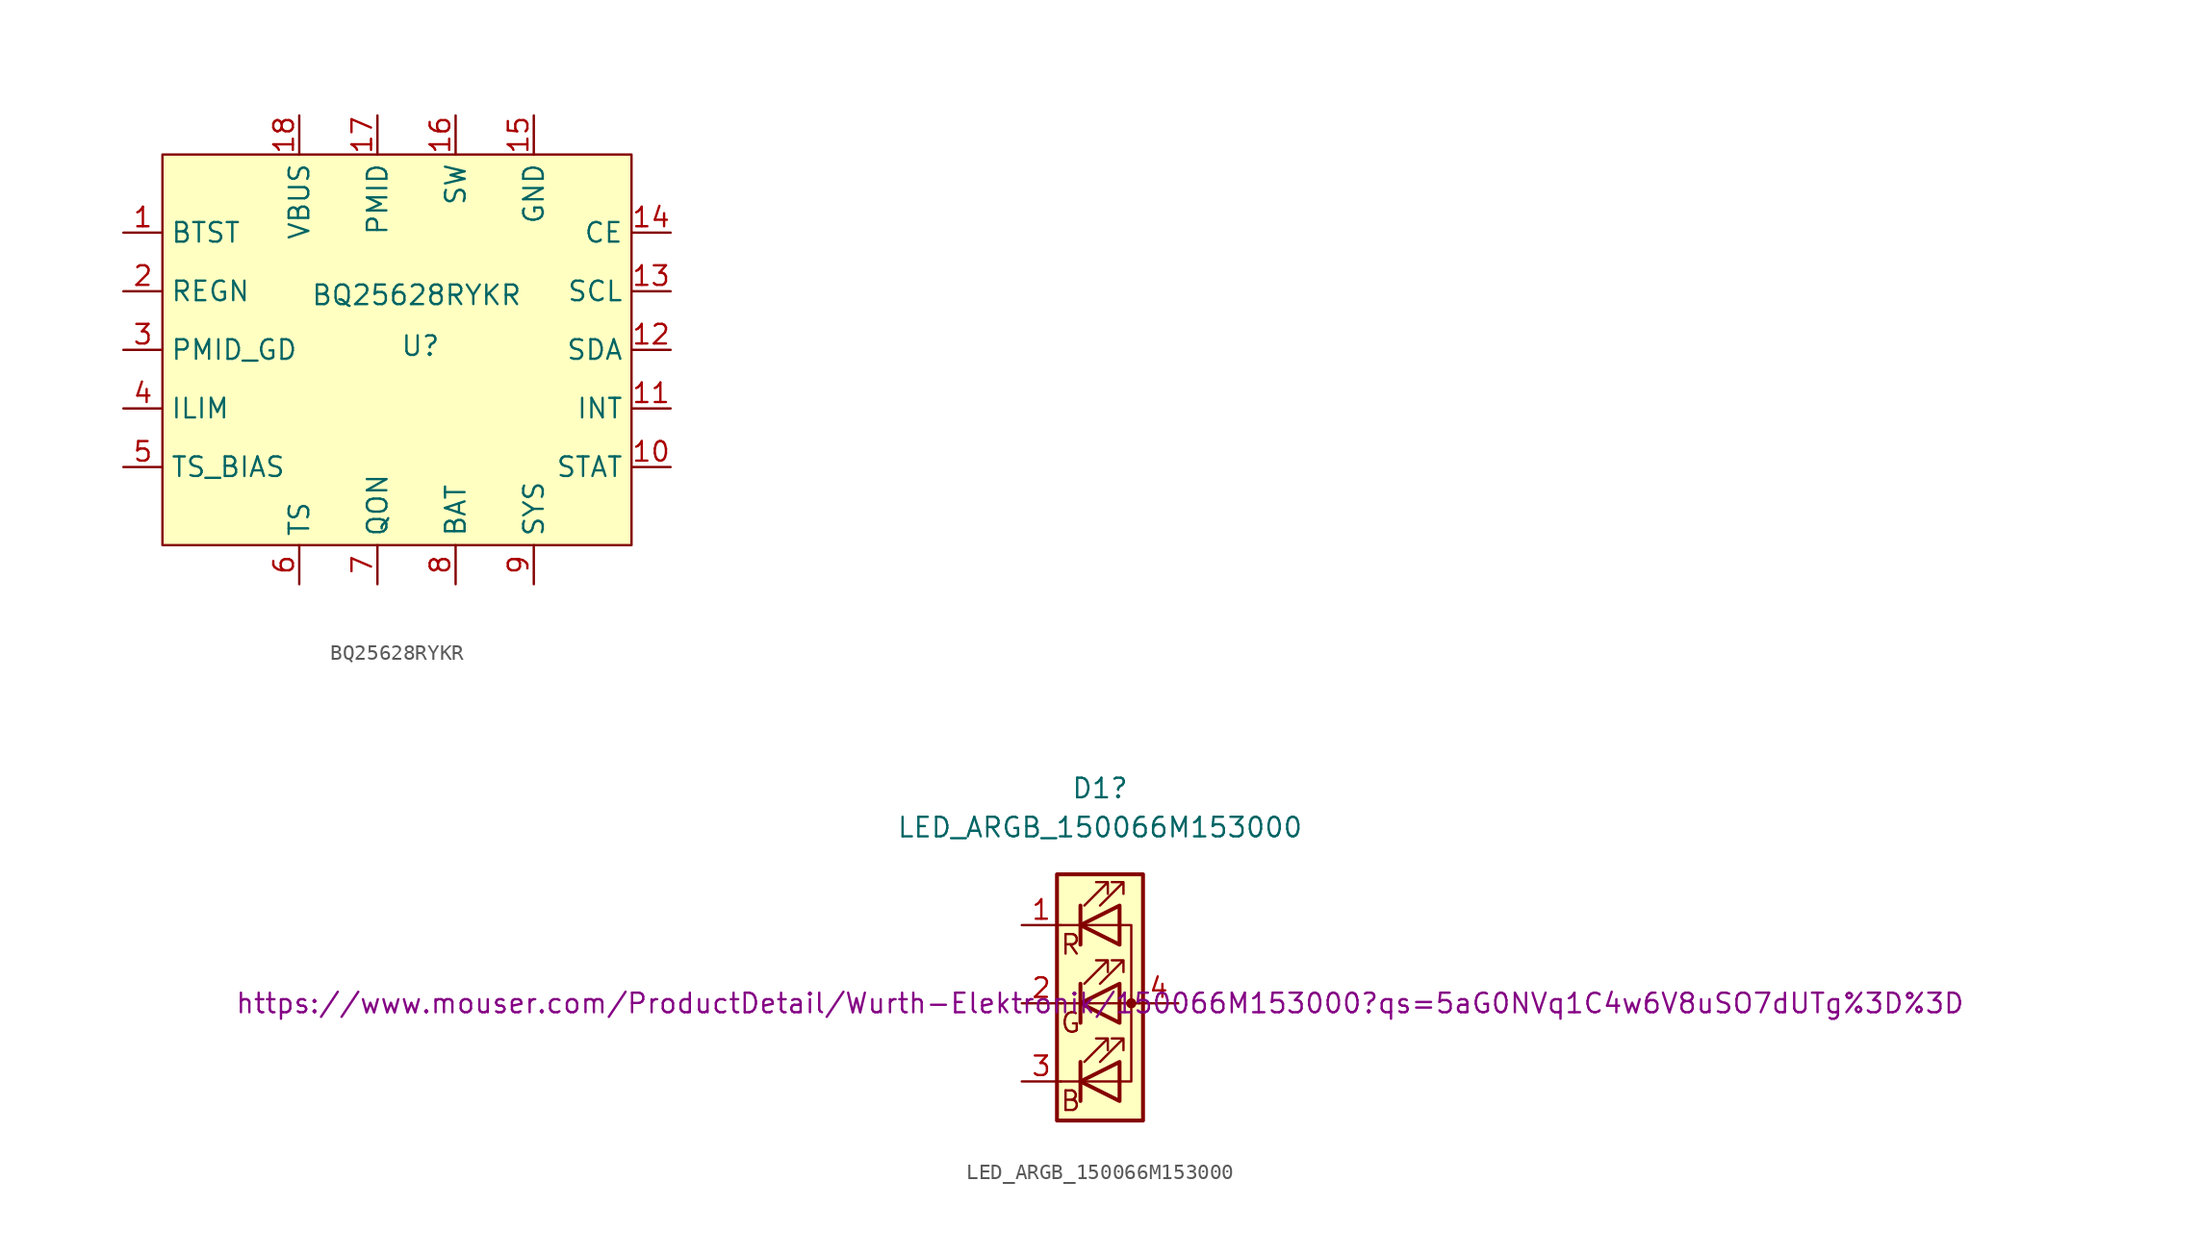
<source format=kicad_sym>
(kicad_symbol_lib
  (version 20231120)
  (generator "kicad_symbol_editor")
  (generator_version "8.0")
  (symbol "BQ25628RYKR"
    (property "Reference" "U"
      (at 16.764 -12.446 0)
      (effects (font (size 1.27 1.27))))
    (property "Value" "BQ25628RYKR"
      (at 16.51 -9.144 0)
      (effects (font (size 1.27 1.27))))
    (symbol "BQ25628RYKR_1_1"
      (rectangle (start 0 0) (end 30.48 -25.4) (stroke (width 0) (type default)) (fill (type background)))
      (pin passive line (at -2.54 -5.08 0) (length 2.54) (name "BTST" (effects (font (size 1.27 1.27)))) (number "1" (effects (font (size 1.27 1.27)))))
      (pin passive line (at 33.02 -20.32 180) (length 2.54) (name "STAT" (effects (font (size 1.27 1.27)))) (number "10" (effects (font (size 1.27 1.27)))))
      (pin passive line (at 33.02 -16.51 180) (length 2.54) (name "INT" (effects (font (size 1.27 1.27)))) (number "11" (effects (font (size 1.27 1.27)))))
      (pin passive line (at 33.02 -12.7 180) (length 2.54) (name "SDA" (effects (font (size 1.27 1.27)))) (number "12" (effects (font (size 1.27 1.27)))))
      (pin passive line (at 33.02 -8.89 180) (length 2.54) (name "SCL" (effects (font (size 1.27 1.27)))) (number "13" (effects (font (size 1.27 1.27)))))
      (pin passive line (at 33.02 -5.08 180) (length 2.54) (name "CE" (effects (font (size 1.27 1.27)))) (number "14" (effects (font (size 1.27 1.27)))))
      (pin passive line (at 24.13 2.54 270) (length 2.54) (name "GND" (effects (font (size 1.27 1.27)))) (number "15" (effects (font (size 1.27 1.27)))))
      (pin passive line (at 19.05 2.54 270) (length 2.54) (name "SW" (effects (font (size 1.27 1.27)))) (number "16" (effects (font (size 1.27 1.27)))))
      (pin passive line (at 13.97 2.54 270) (length 2.54) (name "PMID" (effects (font (size 1.27 1.27)))) (number "17" (effects (font (size 1.27 1.27)))))
      (pin passive line (at 8.89 2.54 270) (length 2.54) (name "VBUS" (effects (font (size 1.27 1.27)))) (number "18" (effects (font (size 1.27 1.27)))))
      (pin passive line (at -2.54 -8.89 0) (length 2.54) (name "REGN" (effects (font (size 1.27 1.27)))) (number "2" (effects (font (size 1.27 1.27)))))
      (pin passive line (at -2.54 -12.7 0) (length 2.54) (name "PMID_GD" (effects (font (size 1.27 1.27)))) (number "3" (effects (font (size 1.27 1.27)))))
      (pin passive line (at -2.54 -16.51 0) (length 2.54) (name "ILIM" (effects (font (size 1.27 1.27)))) (number "4" (effects (font (size 1.27 1.27)))))
      (pin passive line (at -2.54 -20.32 0) (length 2.54) (name "TS_BIAS" (effects (font (size 1.27 1.27)))) (number "5" (effects (font (size 1.27 1.27)))))
      (pin passive line (at 8.89 -27.94 90) (length 2.54) (name "TS" (effects (font (size 1.27 1.27)))) (number "6" (effects (font (size 1.27 1.27)))))
      (pin passive line (at 13.97 -27.94 90) (length 2.54) (name "QON" (effects (font (size 1.27 1.27)))) (number "7" (effects (font (size 1.27 1.27)))))
      (pin passive line (at 19.05 -27.94 90) (length 2.54) (name "BAT" (effects (font (size 1.27 1.27)))) (number "8" (effects (font (size 1.27 1.27)))))
      (pin passive line (at 24.13 -27.94 90) (length 2.54) (name "SYS" (effects (font (size 1.27 1.27)))) (number "9" (effects (font (size 1.27 1.27)))))))
  (symbol "LED_ARGB_150066M153000"
    (pin_names
      (offset 0) hide)
    (property "Reference" "D1"
      (at 0 13.97 0)
      (effects (font (size 1.27 1.27))))
    (property "Value" "LED_ARGB_150066M153000"
      (at 0 11.43 0)
      (effects (font (size 1.27 1.27))))
    (property "mouser" "https://www.mouser.com/ProductDetail/Wurth-Elektronik/150066M153000?qs=5aG0NVq1C4w6V8uSO7dUTg%3D%3D"
      (at 0 0 0)
      (effects (font (size 1.27 1.27))))
    (symbol "LED_ARGB_150066M153000_0_0"
      (text "B" (at -1.905 -6.35 0) (effects (font (size 1.27 1.27))))
      (text "G" (at -1.905 -1.27 0) (effects (font (size 1.27 1.27))))
      (text "R" (at -1.905 3.81 0) (effects (font (size 1.27 1.27)))))
    (symbol "LED_ARGB_150066M153000_0_1"
      (rectangle (start -2.794 8.382) (end 2.794 -7.62) (stroke (width 0.254) (type default)) (fill (type background)))
      (polyline (pts (xy -1.27 -5.08) (xy -2.54 -5.08)) (stroke (width 0) (type default)) (fill (type none)))
      (polyline (pts (xy -1.27 -5.08) (xy 1.27 -5.08)) (stroke (width 0) (type default)) (fill (type none)))
      (polyline (pts (xy -1.27 -3.81) (xy -1.27 -6.35)) (stroke (width 0.254) (type default)) (fill (type none)))
      (polyline (pts (xy -1.27 0) (xy -2.54 0)) (stroke (width 0) (type default)) (fill (type none)))
      (polyline (pts (xy -1.27 1.27) (xy -1.27 -1.27)) (stroke (width 0.254) (type default)) (fill (type none)))
      (polyline (pts (xy -1.27 5.08) (xy -2.54 5.08)) (stroke (width 0) (type default)) (fill (type none)))
      (polyline (pts (xy -1.27 5.08) (xy 1.27 5.08)) (stroke (width 0) (type default)) (fill (type none)))
      (polyline (pts (xy -1.27 6.35) (xy -1.27 3.81)) (stroke (width 0.254) (type default)) (fill (type none)))
      (polyline (pts (xy 1.27 0) (xy -1.27 0)) (stroke (width 0) (type default)) (fill (type none)))
      (polyline (pts (xy 1.27 0) (xy 2.54 0)) (stroke (width 0) (type default)) (fill (type none)))
      (polyline (pts (xy -1.27 1.27) (xy -1.27 -1.27) (xy -1.27 -1.27)) (stroke (width 0) (type default)) (fill (type none)))
      (polyline (pts (xy -1.27 6.35) (xy -1.27 3.81) (xy -1.27 3.81)) (stroke (width 0) (type default)) (fill (type none)))
      (polyline (pts (xy 1.27 -5.08) (xy 2.032 -5.08) (xy 2.032 5.08) (xy 1.27 5.08)) (stroke (width 0) (type default)) (fill (type none)))
      (polyline (pts (xy 1.27 -3.81) (xy 1.27 -6.35) (xy -1.27 -5.08) (xy 1.27 -3.81)) (stroke (width 0.254) (type default)) (fill (type none)))
      (polyline (pts (xy 1.27 1.27) (xy 1.27 -1.27) (xy -1.27 0) (xy 1.27 1.27)) (stroke (width 0.254) (type default)) (fill (type none)))
      (polyline (pts (xy 1.27 6.35) (xy 1.27 3.81) (xy -1.27 5.08) (xy 1.27 6.35)) (stroke (width 0.254) (type default)) (fill (type none)))
      (polyline (pts (xy -1.016 -3.81) (xy 0.508 -2.286) (xy -0.254 -2.286) (xy 0.508 -2.286) (xy 0.508 -3.048)) (stroke (width 0) (type default)) (fill (type none)))
      (polyline (pts (xy -1.016 1.27) (xy 0.508 2.794) (xy -0.254 2.794) (xy 0.508 2.794) (xy 0.508 2.032)) (stroke (width 0) (type default)) (fill (type none)))
      (polyline (pts (xy -1.016 6.35) (xy 0.508 7.874) (xy -0.254 7.874) (xy 0.508 7.874) (xy 0.508 7.112)) (stroke (width 0) (type default)) (fill (type none)))
      (polyline (pts (xy 0 -3.81) (xy 1.524 -2.286) (xy 0.762 -2.286) (xy 1.524 -2.286) (xy 1.524 -3.048)) (stroke (width 0) (type default)) (fill (type none)))
      (polyline (pts (xy 0 1.27) (xy 1.524 2.794) (xy 0.762 2.794) (xy 1.524 2.794) (xy 1.524 2.032)) (stroke (width 0) (type default)) (fill (type none)))
      (polyline (pts (xy 0 6.35) (xy 1.524 7.874) (xy 0.762 7.874) (xy 1.524 7.874) (xy 1.524 7.112)) (stroke (width 0) (type default)) (fill (type none)))
      (rectangle (start 1.27 -1.27) (end 1.27 1.27) (stroke (width 0) (type default)) (fill (type none)))
      (rectangle (start 1.27 1.27) (end 1.27 1.27) (stroke (width 0) (type default)) (fill (type none)))
      (rectangle (start 1.27 3.81) (end 1.27 6.35) (stroke (width 0) (type default)) (fill (type none)))
      (rectangle (start 1.27 6.35) (end 1.27 6.35) (stroke (width 0) (type default)) (fill (type none)))
      (circle (center 2.032 0) (radius 0.254) (stroke (width 0) (type default)) (fill (type outline))))
    (symbol "LED_ARGB_150066M153000_1_1"
      (pin passive line (at -5.08 5.08 0) (length 2.54) (name "RK" (effects (font (size 1.27 1.27)))) (number "1" (effects (font (size 1.27 1.27)))))
      (pin passive line (at -5.08 0 0) (length 2.54) (name "GK" (effects (font (size 1.27 1.27)))) (number "2" (effects (font (size 1.27 1.27)))))
      (pin passive line (at -5.08 -5.08 0) (length 2.54) (name "BK" (effects (font (size 1.27 1.27)))) (number "3" (effects (font (size 1.27 1.27)))))
      (pin passive line (at 5.08 0 180) (length 2.54) (name "A" (effects (font (size 1.27 1.27)))) (number "4" (effects (font (size 1.27 1.27))))))))
</source>
